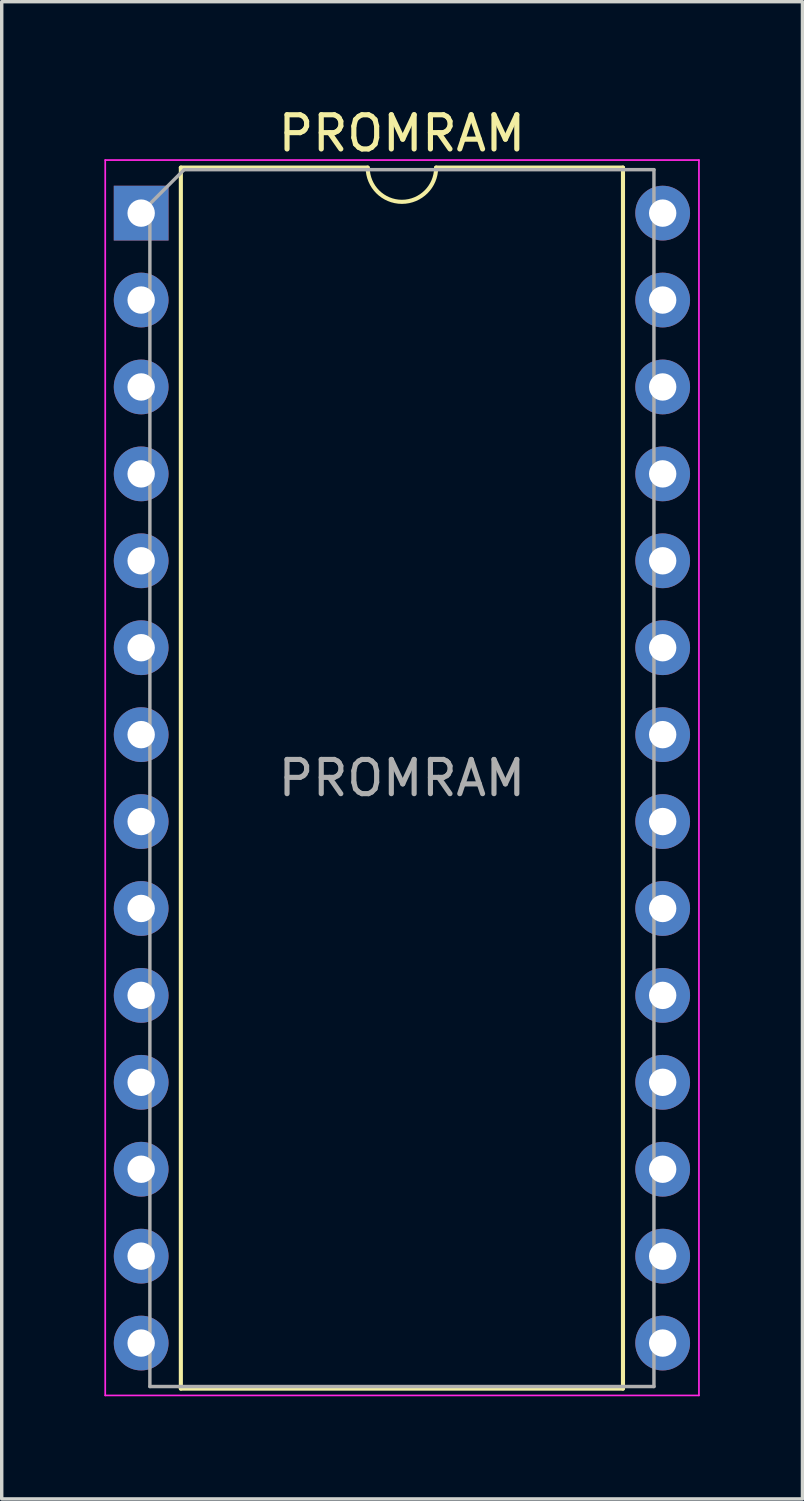
<source format=kicad_pcb>
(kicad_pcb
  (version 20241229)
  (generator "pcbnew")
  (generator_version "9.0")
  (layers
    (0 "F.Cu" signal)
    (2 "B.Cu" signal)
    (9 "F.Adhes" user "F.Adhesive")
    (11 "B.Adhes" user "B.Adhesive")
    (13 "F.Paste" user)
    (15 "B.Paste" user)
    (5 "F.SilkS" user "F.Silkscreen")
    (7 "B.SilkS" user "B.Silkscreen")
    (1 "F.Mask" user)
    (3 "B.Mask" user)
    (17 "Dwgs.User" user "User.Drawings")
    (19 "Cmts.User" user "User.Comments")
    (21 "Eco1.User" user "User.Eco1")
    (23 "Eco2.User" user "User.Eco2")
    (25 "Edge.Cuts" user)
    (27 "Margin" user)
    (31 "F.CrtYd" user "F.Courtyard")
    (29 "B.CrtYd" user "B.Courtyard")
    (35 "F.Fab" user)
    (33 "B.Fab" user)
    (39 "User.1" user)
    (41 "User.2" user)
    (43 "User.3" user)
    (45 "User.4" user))
  (footprint "PROMRAM"
    (layer "F.Cu")
    (at 1.075 3.178)
    (property "Reference" "PROMRAM" (at 7.62 -2.33 0) (layer "F.SilkS") (effects (font (size 1 1) (thickness 0.15))))
    (attr through_hole)
    (fp_line (start 1.16 -1.33) (end 1.16 34.35) (stroke (width 0.12) (type solid)) (layer "F.SilkS"))
    (fp_line (start 1.16 34.35) (end 14.08 34.35) (stroke (width 0.12) (type solid)) (layer "F.SilkS"))
    (fp_line (start 6.62 -1.33) (end 1.16 -1.33) (stroke (width 0.12) (type solid)) (layer "F.SilkS"))
    (fp_line (start 14.08 -1.33) (end 8.62 -1.33) (stroke (width 0.12) (type solid)) (layer "F.SilkS"))
    (fp_line (start 14.08 34.35) (end 14.08 -1.33) (stroke (width 0.12) (type solid)) (layer "F.SilkS"))
    (fp_arc (start 8.62 -1.33) (mid 7.62 -0.33) (end 6.62 -1.33) (stroke (width 0.12) (type solid)) (layer "F.SilkS"))
    (fp_line (start -1.05 -1.55) (end -1.05 34.55) (stroke (width 0.05) (type solid)) (layer "F.CrtYd"))
    (fp_line (start -1.05 34.55) (end 16.3 34.55) (stroke (width 0.05) (type solid)) (layer "F.CrtYd"))
    (fp_line (start 16.3 -1.55) (end -1.05 -1.55) (stroke (width 0.05) (type solid)) (layer "F.CrtYd"))
    (fp_line (start 16.3 34.55) (end 16.3 -1.55) (stroke (width 0.05) (type solid)) (layer "F.CrtYd"))
    (fp_line (start 0.255 -0.27) (end 1.255 -1.27) (stroke (width 0.1) (type solid)) (layer "F.Fab"))
    (fp_line (start 0.255 34.29) (end 0.255 -0.27) (stroke (width 0.1) (type solid)) (layer "F.Fab"))
    (fp_line (start 1.255 -1.27) (end 14.985 -1.27) (stroke (width 0.1) (type solid)) (layer "F.Fab"))
    (fp_line (start 14.985 -1.27) (end 14.985 34.29) (stroke (width 0.1) (type solid)) (layer "F.Fab"))
    (fp_line (start 14.985 34.29) (end 0.255 34.29) (stroke (width 0.1) (type solid)) (layer "F.Fab"))
    (fp_text user "${REFERENCE}" (at 7.62 16.51 0) (layer "F.Fab") (effects (font (size 1 1) (thickness 0.15))))
    (pad "1" thru_hole rect (at 0 0) (size 1.6 1.6) (drill 0.8) (layers "*.Cu" "*.Mask"))
    (pad "2" thru_hole oval (at 0 2.54) (size 1.6 1.6) (drill 0.8) (layers "*.Cu" "*.Mask"))
    (pad "3" thru_hole oval (at 0 5.08) (size 1.6 1.6) (drill 0.8) (layers "*.Cu" "*.Mask"))
    (pad "4" thru_hole oval (at 0 7.62) (size 1.6 1.6) (drill 0.8) (layers "*.Cu" "*.Mask"))
    (pad "5" thru_hole oval (at 0 10.16) (size 1.6 1.6) (drill 0.8) (layers "*.Cu" "*.Mask"))
    (pad "6" thru_hole oval (at 0 12.7) (size 1.6 1.6) (drill 0.8) (layers "*.Cu" "*.Mask"))
    (pad "7" thru_hole oval (at 0 15.24) (size 1.6 1.6) (drill 0.8) (layers "*.Cu" "*.Mask"))
    (pad "8" thru_hole oval (at 0 17.78) (size 1.6 1.6) (drill 0.8) (layers "*.Cu" "*.Mask"))
    (pad "9" thru_hole oval (at 0 20.32) (size 1.6 1.6) (drill 0.8) (layers "*.Cu" "*.Mask"))
    (pad "10" thru_hole oval (at 0 22.86) (size 1.6 1.6) (drill 0.8) (layers "*.Cu" "*.Mask"))
    (pad "11" thru_hole oval (at 0 25.4) (size 1.6 1.6) (drill 0.8) (layers "*.Cu" "*.Mask"))
    (pad "12" thru_hole oval (at 0 27.94) (size 1.6 1.6) (drill 0.8) (layers "*.Cu" "*.Mask"))
    (pad "13" thru_hole oval (at 0 30.48) (size 1.6 1.6) (drill 0.8) (layers "*.Cu" "*.Mask"))
    (pad "14" thru_hole oval (at 0 33.02) (size 1.6 1.6) (drill 0.8) (layers "*.Cu" "*.Mask"))
    (pad "15" thru_hole oval (at 15.24 33.02) (size 1.6 1.6) (drill 0.8) (layers "*.Cu" "*.Mask"))
    (pad "16" thru_hole oval (at 15.24 30.48) (size 1.6 1.6) (drill 0.8) (layers "*.Cu" "*.Mask"))
    (pad "17" thru_hole oval (at 15.24 27.94) (size 1.6 1.6) (drill 0.8) (layers "*.Cu" "*.Mask"))
    (pad "18" thru_hole oval (at 15.24 25.4) (size 1.6 1.6) (drill 0.8) (layers "*.Cu" "*.Mask"))
    (pad "19" thru_hole oval (at 15.24 22.86) (size 1.6 1.6) (drill 0.8) (layers "*.Cu" "*.Mask"))
    (pad "20" thru_hole oval (at 15.24 20.32) (size 1.6 1.6) (drill 0.8) (layers "*.Cu" "*.Mask"))
    (pad "21" thru_hole oval (at 15.24 17.78) (size 1.6 1.6) (drill 0.8) (layers "*.Cu" "*.Mask"))
    (pad "22" thru_hole oval (at 15.24 15.24) (size 1.6 1.6) (drill 0.8) (layers "*.Cu" "*.Mask"))
    (pad "23" thru_hole oval (at 15.24 12.7) (size 1.6 1.6) (drill 0.8) (layers "*.Cu" "*.Mask"))
    (pad "24" thru_hole oval (at 15.24 10.16) (size 1.6 1.6) (drill 0.8) (layers "*.Cu" "*.Mask"))
    (pad "25" thru_hole oval (at 15.24 7.62) (size 1.6 1.6) (drill 0.8) (layers "*.Cu" "*.Mask"))
    (pad "26" thru_hole oval (at 15.24 5.08) (size 1.6 1.6) (drill 0.8) (layers "*.Cu" "*.Mask"))
    (pad "27" thru_hole oval (at 15.24 2.54) (size 1.6 1.6) (drill 0.8) (layers "*.Cu" "*.Mask"))
    (pad "28" thru_hole oval (at 15.24 0) (size 1.6 1.6) (drill 0.8) (layers "*.Cu" "*.Mask")))
  (gr_rect
    (start -3 -3)
    (end 20.4 40.753)
    (stroke (width 0.1) (type default))
    (fill no)
    (layer "Edge.Cuts")))
</source>
